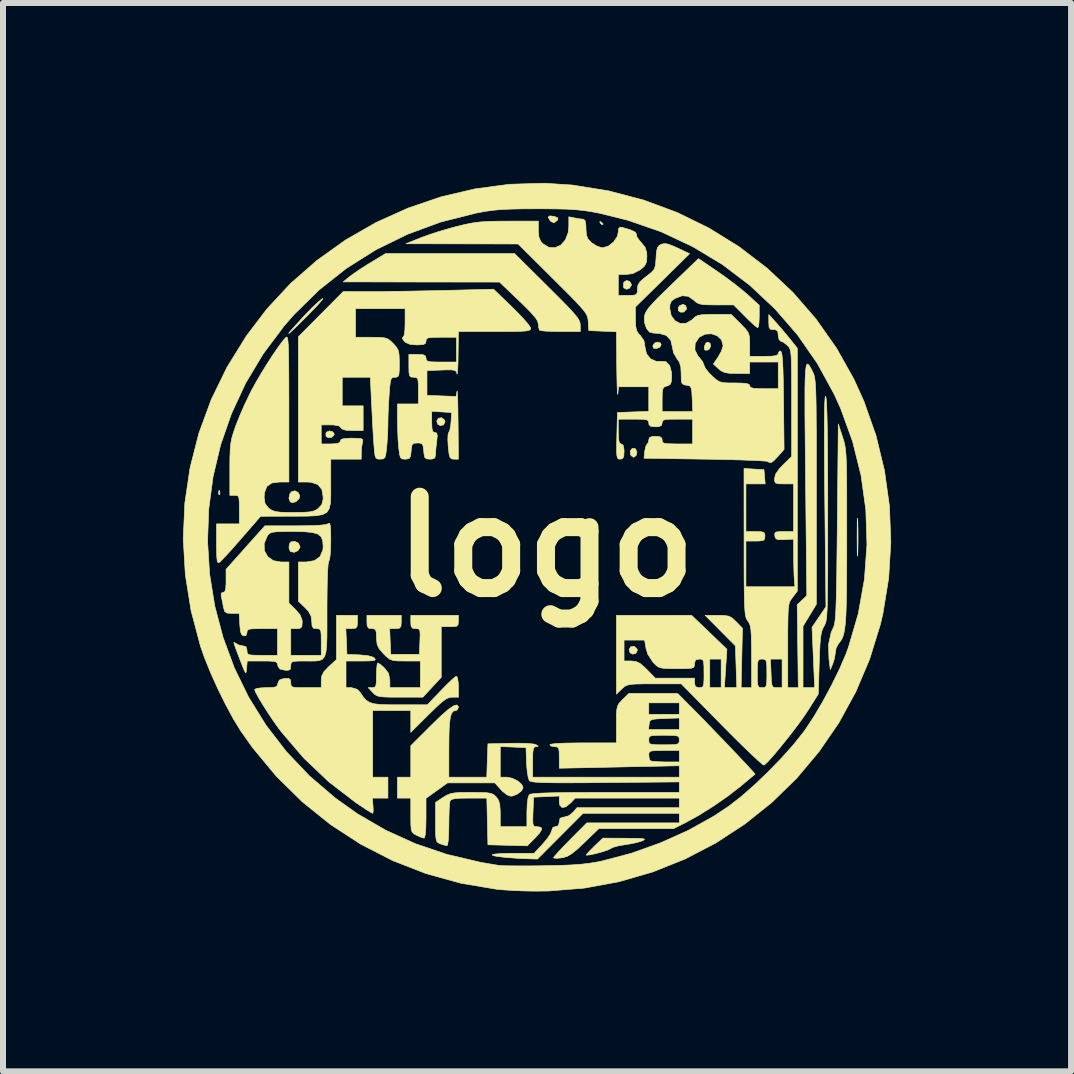
<source format=kicad_pcb>
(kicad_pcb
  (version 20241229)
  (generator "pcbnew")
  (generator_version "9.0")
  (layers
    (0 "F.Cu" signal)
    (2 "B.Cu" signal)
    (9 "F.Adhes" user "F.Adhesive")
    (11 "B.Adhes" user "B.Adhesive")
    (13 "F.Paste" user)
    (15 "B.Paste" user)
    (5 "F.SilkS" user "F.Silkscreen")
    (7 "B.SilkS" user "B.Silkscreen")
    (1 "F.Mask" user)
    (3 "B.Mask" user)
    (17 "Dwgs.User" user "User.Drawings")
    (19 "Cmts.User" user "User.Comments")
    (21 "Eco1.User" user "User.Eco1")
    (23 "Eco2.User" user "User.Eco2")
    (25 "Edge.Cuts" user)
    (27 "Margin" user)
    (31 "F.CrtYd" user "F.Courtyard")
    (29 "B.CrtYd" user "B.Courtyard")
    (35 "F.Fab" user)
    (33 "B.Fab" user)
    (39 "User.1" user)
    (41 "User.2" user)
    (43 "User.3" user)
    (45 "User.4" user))
  (footprint "logo"
    (layer "F.Cu")
    (at 6.053 6.066)
    (property "Reference" "logo" (at 0 0 0) (layer "F.SilkS") (effects (font (size 1.524 1.524) (thickness 0.3))))
    (attr through_hole)
    (fp_poly (pts (xy -5.439 -0.927) (xy -5.436 -0.877) (xy -5.442 -0.866) (xy -5.456 -0.875) (xy -5.458 -0.908) (xy -5.451 -0.941) (xy -5.439 -0.927)) (stroke (width 0.01) (type solid)) (fill yes) (layer "F.SilkS"))
    (fp_poly (pts (xy 0.916 -5.416) (xy 0.95 -5.387) (xy 0.953 -5.38) (xy 0.937 -5.367) (xy 0.906 -5.396) (xy 0.902 -5.402) (xy 0.898 -5.424) (xy 0.916 -5.416)) (stroke (width 0.01) (type solid)) (fill yes) (layer "F.SilkS"))
    (fp_poly (pts (xy -3.556 -1.917) (xy -3.53 -1.881) (xy -3.532 -1.865) (xy -3.571 -1.824) (xy -3.629 -1.817) (xy -3.668 -1.843) (xy -3.669 -1.894) (xy -3.657 -1.912) (xy -3.608 -1.931) (xy -3.556 -1.917)) (stroke (width 0.01) (type solid)) (fill yes) (layer "F.SilkS"))
    (fp_poly (pts (xy -1.734 -2.149) (xy -1.689 -2.109) (xy -1.683 -2.084) (xy -1.707 -2.034) (xy -1.759 -2.019) (xy -1.806 -2.043) (xy -1.821 -2.097) (xy -1.793 -2.142) (xy -1.74 -2.151) (xy -1.734 -2.149)) (stroke (width 0.01) (type solid)) (fill yes) (layer "F.SilkS"))
    (fp_poly (pts (xy 0.14 -5.507) (xy 0.196 -5.485) (xy 0.198 -5.455) (xy 0.187 -5.441) (xy 0.136 -5.401) (xy 0.088 -5.419) (xy 0.063 -5.446) (xy 0.036 -5.497) (xy 0.065 -5.517) (xy 0.14 -5.507)) (stroke (width 0.01) (type solid)) (fill yes) (layer "F.SilkS"))
    (fp_poly (pts (xy 1.473 1.661) (xy 1.517 1.701) (xy 1.524 1.726) (xy 1.5 1.776) (xy 1.447 1.791) (xy 1.401 1.767) (xy 1.386 1.713) (xy 1.413 1.668) (xy 1.467 1.659) (xy 1.473 1.661)) (stroke (width 0.01) (type solid)) (fill yes) (layer "F.SilkS"))
    (fp_poly (pts (xy 1.909 -3.397) (xy 1.921 -3.365) (xy 1.894 -3.325) (xy 1.847 -3.307) (xy 1.792 -3.31) (xy 1.782 -3.348) (xy 1.784 -3.355) (xy 1.814 -3.398) (xy 1.865 -3.413) (xy 1.909 -3.397)) (stroke (width 0.01) (type solid)) (fill yes) (layer "F.SilkS"))
    (fp_poly (pts (xy 2.328 -4.023) (xy 2.344 -3.974) (xy 2.339 -3.956) (xy 2.296 -3.912) (xy 2.238 -3.912) (xy 2.205 -3.94) (xy 2.206 -3.988) (xy 2.227 -4.018) (xy 2.281 -4.042) (xy 2.328 -4.023)) (stroke (width 0.01) (type solid)) (fill yes) (layer "F.SilkS"))
    (fp_poly (pts (xy 2.738 -3.391) (xy 2.745 -3.342) (xy 2.722 -3.294) (xy 2.688 -3.276) (xy 2.646 -3.281) (xy 2.639 -3.33) (xy 2.641 -3.339) (xy 2.666 -3.396) (xy 2.699 -3.413) (xy 2.738 -3.391)) (stroke (width 0.01) (type solid)) (fill yes) (layer "F.SilkS"))
    (fp_poly (pts (xy -4.133 -0.906) (xy -4.105 -0.853) (xy -4.115 -0.804) (xy -4.17 -0.75) (xy -4.232 -0.735) (xy -4.264 -0.75) (xy -4.286 -0.81) (xy -4.27 -0.882) (xy -4.244 -0.916) (xy -4.186 -0.933) (xy -4.133 -0.906)) (stroke (width 0.01) (type solid)) (fill yes) (layer "F.SilkS"))
    (fp_poly (pts (xy 1.395 -4.424) (xy 1.423 -4.379) (xy 1.423 -4.358) (xy 1.391 -4.309) (xy 1.341 -4.293) (xy 1.298 -4.317) (xy 1.293 -4.327) (xy 1.293 -4.392) (xy 1.301 -4.413) (xy 1.345 -4.439) (xy 1.395 -4.424)) (stroke (width 0.01) (type solid)) (fill yes) (layer "F.SilkS"))
    (fp_poly (pts (xy 1.483 -1.638) (xy 1.496 -1.628) (xy 1.517 -1.576) (xy 1.503 -1.52) (xy 1.463 -1.492) (xy 1.46 -1.492) (xy 1.421 -1.518) (xy 1.408 -1.542) (xy 1.406 -1.601) (xy 1.438 -1.639) (xy 1.483 -1.638)) (stroke (width 0.01) (type solid)) (fill yes) (layer "F.SilkS"))
    (fp_poly (pts (xy -4.129 -0.06) (xy -4.101 -0.004) (xy -4.102 0.011) (xy -4.135 0.065) (xy -4.196 0.093) (xy -4.255 0.082) (xy -4.264 0.075) (xy -4.285 0.021) (xy -4.278 -0.045) (xy -4.254 -0.08) (xy -4.189 -0.091) (xy -4.129 -0.06)) (stroke (width 0.01) (type solid)) (fill yes) (layer "F.SilkS"))
    (fp_poly (pts (xy 5.199 -0.421) (xy 5.203 -0.249) (xy 5.203 -0.058) (xy 5.199 0.103) (xy 5.195 0.159) (xy 5.193 0.156) (xy 5.19 0.098) (xy 5.189 -0.01) (xy 5.188 -0.159) (xy 5.189 -0.311) (xy 5.19 -0.418) (xy 5.193 -0.474) (xy 5.196 -0.476) (xy 5.199 -0.421)) (stroke (width 0.01) (type solid)) (fill yes) (layer "F.SilkS"))
    (fp_poly (pts (xy -3.744 -4.101) (xy -3.805 -4.032) (xy -3.897 -3.935) (xy -3.952 -3.878) (xy -4.08 -3.75) (xy -4.181 -3.651) (xy -4.251 -3.585) (xy -4.287 -3.555) (xy -4.287 -3.563) (xy -4.247 -3.612) (xy -4.205 -3.659) (xy -4.037 -3.843) (xy -3.904 -3.981) (xy -3.801 -4.078) (xy -3.731 -4.135) (xy -3.717 -4.137) (xy -3.744 -4.101)) (stroke (width 0.01) (type solid)) (fill yes) (layer "F.SilkS"))
    (fp_poly (pts (xy 1.324 4.86) (xy 1.48 4.862) (xy 1.581 4.865) (xy 1.633 4.871) (xy 1.643 4.882) (xy 1.62 4.897) (xy 1.603 4.904) (xy 1.518 4.931) (xy 1.401 4.955) (xy 1.318 4.968) (xy 1.207 4.987) (xy 1.118 5.012) (xy 1.079 5.032) (xy 1.028 5.057) (xy 0.938 5.087) (xy 0.832 5.116) (xy 0.734 5.137) (xy 0.673 5.143) (xy 0.682 5.123) (xy 0.729 5.071) (xy 0.8 5) (xy 0.949 4.858) (xy 1.324 4.86)) (stroke (width 0.01) (type solid)) (fill yes) (layer "F.SilkS"))
    (fp_poly (pts (xy -0.524 -4.889) (xy 0.024 -4.345) (xy 0.197 -4.173) (xy 0.329 -4.039) (xy 0.427 -3.936) (xy 0.494 -3.859) (xy 0.537 -3.801) (xy 0.561 -3.756) (xy 0.57 -3.718) (xy 0.572 -3.695) (xy 0.572 -3.588) (xy 0.243 -3.588) (xy 0.105 -3.59) (xy -0.009 -3.595) (xy -0.084 -3.603) (xy -0.106 -3.609) (xy -0.122 -3.654) (xy -0.127 -3.712) (xy -0.138 -3.758) (xy -0.176 -3.819) (xy -0.248 -3.902) (xy -0.358 -4.014) (xy -0.451 -4.104) (xy -0.775 -4.413) (xy -2.078 -4.414) (xy -3.381 -4.416) (xy -3.286 -4.495) (xy -3.216 -4.547) (xy -3.11 -4.62) (xy -2.986 -4.699) (xy -2.932 -4.732) (xy -2.674 -4.889) (xy -0.524 -4.889)) (stroke (width 0.01) (type solid)) (fill yes) (layer "F.SilkS"))
    (fp_poly (pts (xy 4.945 -1.83) (xy 4.962 -1.778) (xy 4.976 -1.727) (xy 4.987 -1.672) (xy 4.996 -1.606) (xy 5.003 -1.524) (xy 5.008 -1.419) (xy 5.011 -1.284) (xy 5.014 -1.114) (xy 5.015 -0.903) (xy 5.015 -0.643) (xy 5.015 -0.33) (xy 5.015 -0.147) (xy 5.015 0.215) (xy 5.013 0.52) (xy 5.011 0.773) (xy 5.007 0.979) (xy 5.001 1.145) (xy 4.992 1.275) (xy 4.98 1.375) (xy 4.965 1.452) (xy 4.947 1.51) (xy 4.924 1.555) (xy 4.896 1.594) (xy 4.877 1.616) (xy 4.838 1.689) (xy 4.825 1.765) (xy 4.81 1.863) (xy 4.782 1.953) (xy 4.741 2.048) (xy 4.718 1.868) (xy 4.711 1.63) (xy 4.756 1.426) (xy 4.791 1.349) (xy 4.802 1.322) (xy 4.812 1.281) (xy 4.821 1.223) (xy 4.828 1.142) (xy 4.834 1.032) (xy 4.839 0.889) (xy 4.844 0.708) (xy 4.848 0.482) (xy 4.851 0.207) (xy 4.855 -0.123) (xy 4.858 -0.397) (xy 4.874 -2.048) (xy 4.945 -1.83)) (stroke (width 0.01) (type solid)) (fill yes) (layer "F.SilkS"))
    (fp_poly (pts (xy -2.413 1.254) (xy -2.418 1.329) (xy -2.445 1.359) (xy -2.51 1.365) (xy -2.606 1.365) (xy -2.597 1.58) (xy -2.588 1.794) (xy -2.111 1.794) (xy -2.102 1.58) (xy -2.098 1.466) (xy -2.102 1.402) (xy -2.119 1.373) (xy -2.152 1.366) (xy -2.173 1.365) (xy -2.228 1.357) (xy -2.25 1.321) (xy -2.254 1.254) (xy -2.254 1.143) (xy -1.46 1.143) (xy -1.46 1.238) (xy -1.465 1.297) (xy -1.489 1.325) (xy -1.549 1.333) (xy -1.603 1.333) (xy -1.746 1.333) (xy -1.746 2.178) (xy -1.899 2.343) (xy -2.052 2.508) (xy -2.433 2.508) (xy -2.595 2.508) (xy -2.706 2.504) (xy -2.78 2.496) (xy -2.828 2.48) (xy -2.864 2.455) (xy -2.889 2.429) (xy -2.964 2.349) (xy -2.895 2.349) (xy -2.858 2.344) (xy -2.837 2.319) (xy -2.828 2.26) (xy -2.826 2.153) (xy -2.826 2.143) (xy -2.823 2.038) (xy -2.815 1.964) (xy -2.804 1.937) (xy -2.769 1.957) (xy -2.709 2.006) (xy -2.693 2.022) (xy -2.625 2.11) (xy -2.604 2.215) (xy -2.603 2.228) (xy -2.603 2.349) (xy -2.095 2.349) (xy -2.095 1.905) (xy -2.343 1.905) (xy -2.469 1.904) (xy -2.55 1.896) (xy -2.607 1.874) (xy -2.659 1.833) (xy -2.708 1.785) (xy -2.78 1.702) (xy -2.815 1.631) (xy -2.825 1.54) (xy -2.826 1.515) (xy -2.829 1.424) (xy -2.844 1.38) (xy -2.879 1.366) (xy -2.905 1.365) (xy -2.959 1.357) (xy -2.981 1.32) (xy -2.985 1.254) (xy -2.985 1.143) (xy -2.413 1.143) (xy -2.413 1.254)) (stroke (width 0.01) (type solid)) (fill yes) (layer "F.SilkS"))
    (fp_poly (pts (xy -3.143 1.254) (xy -3.149 1.329) (xy -3.176 1.359) (xy -3.24 1.365) (xy -3.337 1.365) (xy -3.327 1.58) (xy -3.318 1.794) (xy -3.106 1.803) (xy -2.965 1.817) (xy -2.877 1.843) (xy -2.856 1.859) (xy -2.845 1.882) (xy -2.865 1.896) (xy -2.926 1.903) (xy -3.038 1.905) (xy -3.076 1.905) (xy -3.334 1.905) (xy -3.334 2.349) (xy -3.242 2.349) (xy -3.148 2.377) (xy -3.099 2.427) (xy -3.046 2.505) (xy -2.997 2.56) (xy -2.939 2.597) (xy -2.861 2.619) (xy -2.752 2.631) (xy -2.601 2.635) (xy -2.443 2.635) (xy -1.977 2.635) (xy -1.75 2.397) (xy -1.653 2.298) (xy -1.571 2.219) (xy -1.513 2.17) (xy -1.492 2.159) (xy -1.475 2.188) (xy -1.463 2.262) (xy -1.46 2.334) (xy -1.46 2.508) (xy -1.563 2.508) (xy -1.613 2.515) (xy -1.666 2.538) (xy -1.732 2.586) (xy -1.821 2.666) (xy -1.942 2.784) (xy -1.96 2.801) (xy -2.254 3.094) (xy -2.254 2.731) (xy -2.889 2.731) (xy -2.889 3.842) (xy -2.635 3.842) (xy -2.635 4.191) (xy -2.896 4.191) (xy -2.884 4.318) (xy -2.88 4.397) (xy -2.886 4.442) (xy -2.89 4.445) (xy -2.923 4.428) (xy -2.995 4.383) (xy -3.095 4.317) (xy -3.169 4.267) (xy -3.621 3.92) (xy -4.039 3.523) (xy -4.413 3.085) (xy -4.471 3.008) (xy -4.552 2.894) (xy -4.636 2.768) (xy -4.717 2.641) (xy -4.786 2.527) (xy -4.835 2.437) (xy -4.857 2.385) (xy -4.858 2.381) (xy -4.829 2.364) (xy -4.754 2.353) (xy -4.669 2.349) (xy -4.564 2.347) (xy -4.506 2.337) (xy -4.479 2.312) (xy -4.471 2.278) (xy -4.447 2.224) (xy -4.383 2.2) (xy -4.358 2.197) (xy -4.287 2.196) (xy -4.259 2.221) (xy -4.255 2.268) (xy -4.252 2.308) (xy -4.236 2.333) (xy -4.193 2.345) (xy -4.111 2.349) (xy -4 2.349) (xy -3.747 2.349) (xy -3.747 2.231) (xy -3.737 2.15) (xy -3.701 2.081) (xy -3.625 2.002) (xy -3.62 1.997) (xy -3.493 1.881) (xy -3.493 1.512) (xy -3.493 1.143) (xy -3.143 1.143) (xy -3.143 1.254)) (stroke (width 0.01) (type solid)) (fill yes) (layer "F.SilkS"))
    (fp_poly (pts (xy -3.597 -0.357) (xy -3.59 -0.275) (xy -3.588 -0.139) (xy -3.588 -0.103) (xy -3.591 0.037) (xy -3.599 0.149) (xy -3.611 0.22) (xy -3.619 0.238) (xy -3.63 0.276) (xy -3.638 0.373) (xy -3.645 0.525) (xy -3.649 0.728) (xy -3.651 0.976) (xy -3.651 1.049) (xy -3.651 1.304) (xy -3.652 1.503) (xy -3.657 1.653) (xy -3.669 1.76) (xy -3.692 1.832) (xy -3.727 1.876) (xy -3.779 1.898) (xy -3.85 1.905) (xy -3.942 1.906) (xy -4.014 1.905) (xy -4.136 1.906) (xy -4.208 1.912) (xy -4.242 1.927) (xy -4.254 1.956) (xy -4.255 1.986) (xy -4.262 2.042) (xy -4.297 2.06) (xy -4.358 2.058) (xy -4.435 2.039) (xy -4.468 1.994) (xy -4.471 1.976) (xy -4.48 1.941) (xy -4.505 1.919) (xy -4.559 1.909) (xy -4.655 1.905) (xy -4.731 1.905) (xy -4.981 1.905) (xy -4.991 2.024) (xy -4.997 2.082) (xy -5.005 2.103) (xy -5.022 2.08) (xy -5.053 2.007) (xy -5.087 1.921) (xy -5.144 1.771) (xy -5.181 1.672) (xy -5.2 1.616) (xy -5.202 1.593) (xy -5.191 1.596) (xy -5.174 1.611) (xy -5.108 1.644) (xy -5.058 1.651) (xy -5.002 1.666) (xy -4.985 1.722) (xy -4.985 1.73) (xy -4.982 1.77) (xy -4.965 1.793) (xy -4.922 1.805) (xy -4.838 1.809) (xy -4.731 1.81) (xy -4.477 1.81) (xy -4.477 1.365) (xy -4.731 1.365) (xy -4.857 1.366) (xy -4.933 1.372) (xy -4.971 1.386) (xy -4.984 1.412) (xy -4.985 1.431) (xy -5.002 1.482) (xy -5.04 1.486) (xy -5.074 1.466) (xy -5.094 1.412) (xy -5.104 1.31) (xy -5.105 1.294) (xy -5.115 1.111) (xy -5.237 1.111) (xy -5.317 1.106) (xy -5.356 1.08) (xy -5.376 1.013) (xy -5.38 0.992) (xy -5.398 0.898) (xy -5.415 0.824) (xy -5.417 0.818) (xy -5.412 0.771) (xy -5.384 0.762) (xy -5.355 0.749) (xy -5.34 0.702) (xy -5.334 0.609) (xy -5.334 0.569) (xy -5.334 0.376) (xy -5.01 0.013) (xy -4.952 -0.052) (xy -4.699 -0.052) (xy -4.694 0.066) (xy -4.64 0.165) (xy -4.544 0.232) (xy -4.424 0.254) (xy -4.286 0.254) (xy -4.286 0.94) (xy -4.175 1.048) (xy -4.098 1.138) (xy -4.066 1.224) (xy -4.064 1.26) (xy -4.07 1.332) (xy -4.101 1.361) (xy -4.159 1.365) (xy -4.255 1.365) (xy -4.255 1.81) (xy -3.747 1.81) (xy -3.747 1.587) (xy -3.748 1.471) (xy -3.754 1.405) (xy -3.772 1.374) (xy -3.805 1.366) (xy -3.826 1.365) (xy -3.878 1.358) (xy -3.9 1.323) (xy -3.905 1.244) (xy -3.917 1.154) (xy -3.96 1.076) (xy -4.016 1.016) (xy -4.128 0.908) (xy -4.128 0.254) (xy -3.995 0.254) (xy -3.858 0.231) (xy -3.766 0.163) (xy -3.719 0.053) (xy -3.715 -0.006) (xy -3.722 -0.1) (xy -3.749 -0.167) (xy -3.804 -0.212) (xy -3.897 -0.238) (xy -4.036 -0.251) (xy -4.219 -0.254) (xy -4.379 -0.253) (xy -4.488 -0.25) (xy -4.558 -0.242) (xy -4.601 -0.227) (xy -4.629 -0.203) (xy -4.648 -0.176) (xy -4.699 -0.052) (xy -4.952 -0.052) (xy -4.686 -0.349) (xy -4.175 -0.349) (xy -3.953 -0.351) (xy -3.791 -0.357) (xy -3.685 -0.368) (xy -3.631 -0.383) (xy -3.626 -0.387) (xy -3.608 -0.392) (xy -3.597 -0.357)) (stroke (width 0.01) (type solid)) (fill yes) (layer "F.SilkS"))
    (fp_poly (pts (xy 0.438 -6.031) (xy 1.044 -5.934) (xy 1.629 -5.78) (xy 2.19 -5.572) (xy 2.722 -5.311) (xy 3.223 -5) (xy 3.689 -4.643) (xy 4.117 -4.241) (xy 4.503 -3.796) (xy 4.843 -3.313) (xy 5.135 -2.793) (xy 5.302 -2.424) (xy 5.502 -1.856) (xy 5.644 -1.27) (xy 5.727 -0.674) (xy 5.75 -0.073) (xy 5.714 0.525) (xy 5.618 1.114) (xy 5.575 1.298) (xy 5.397 1.874) (xy 5.165 2.421) (xy 4.883 2.936) (xy 4.553 3.416) (xy 4.18 3.86) (xy 3.767 4.263) (xy 3.316 4.623) (xy 2.833 4.939) (xy 2.32 5.206) (xy 1.781 5.422) (xy 1.218 5.585) (xy 0.637 5.692) (xy 0.04 5.74) (xy -0.191 5.742) (xy -0.37 5.739) (xy -0.552 5.731) (xy -0.713 5.721) (xy -0.815 5.712) (xy -1.417 5.611) (xy -1.999 5.45) (xy -2.558 5.232) (xy -3.09 4.959) (xy -3.592 4.632) (xy -4.062 4.254) (xy -4.496 3.827) (xy -4.89 3.352) (xy -5.09 3.07) (xy -5.211 2.872) (xy -5.341 2.632) (xy -5.471 2.369) (xy -5.592 2.1) (xy -5.695 1.845) (xy -5.758 1.666) (xy -5.917 1.067) (xy -6.013 0.465) (xy -6.045 -0.084) (xy -5.642 -0.084) (xy -5.608 0.456) (xy -5.522 0.989) (xy -5.384 1.511) (xy -5.196 2.02) (xy -4.957 2.509) (xy -4.668 2.975) (xy -4.33 3.414) (xy -3.944 3.821) (xy -3.509 4.193) (xy -3.143 4.453) (xy -2.671 4.727) (xy -2.175 4.952) (xy -1.649 5.13) (xy -1.084 5.263) (xy -0.778 5.314) (xy -0.718 5.318) (xy -0.605 5.32) (xy -0.452 5.321) (xy -0.269 5.321) (xy -0.068 5.319) (xy -0.032 5.318) (xy 0.221 5.313) (xy 0.424 5.305) (xy 0.59 5.293) (xy 0.733 5.276) (xy 0.866 5.254) (xy 0.933 5.24) (xy 1.422 5.111) (xy 1.907 4.938) (xy 2.374 4.728) (xy 2.805 4.488) (xy 3.048 4.326) (xy 3.249 4.17) (xy 3.471 3.976) (xy 3.7 3.757) (xy 3.922 3.529) (xy 4.123 3.304) (xy 4.289 3.097) (xy 4.325 3.048) (xy 4.469 2.829) (xy 4.619 2.574) (xy 4.764 2.304) (xy 4.895 2.037) (xy 5.001 1.791) (xy 5.042 1.68) (xy 5.207 1.116) (xy 5.31 0.542) (xy 5.352 -0.037) (xy 5.333 -0.617) (xy 5.253 -1.191) (xy 5.112 -1.757) (xy 4.912 -2.308) (xy 4.807 -2.54) (xy 4.526 -3.054) (xy 4.195 -3.531) (xy 3.818 -3.966) (xy 3.399 -4.359) (xy 2.941 -4.706) (xy 2.446 -5.004) (xy 1.92 -5.251) (xy 1.364 -5.444) (xy 0.887 -5.562) (xy 0.749 -5.588) (xy 0.621 -5.607) (xy 0.49 -5.62) (xy 0.341 -5.629) (xy 0.161 -5.633) (xy -0.065 -5.635) (xy -0.143 -5.635) (xy -0.385 -5.634) (xy -0.578 -5.63) (xy -0.735 -5.623) (xy -0.87 -5.611) (xy -0.997 -5.594) (xy -1.13 -5.57) (xy -1.169 -5.562) (xy -1.755 -5.414) (xy -2.311 -5.209) (xy -2.837 -4.951) (xy -3.329 -4.641) (xy -3.785 -4.28) (xy -4.202 -3.87) (xy -4.365 -3.683) (xy -4.714 -3.217) (xy -5.007 -2.728) (xy -5.243 -2.22) (xy -5.425 -1.698) (xy -5.551 -1.165) (xy -5.623 -0.625) (xy -5.642 -0.084) (xy -6.045 -0.084) (xy -6.048 -0.135) (xy -6.021 -0.73) (xy -5.934 -1.318) (xy -5.787 -1.893) (xy -5.581 -2.454) (xy -5.317 -2.995) (xy -4.995 -3.515) (xy -4.656 -3.961) (xy -4.259 -4.389) (xy -3.819 -4.774) (xy -3.343 -5.114) (xy -2.836 -5.405) (xy -2.303 -5.645) (xy -1.75 -5.834) (xy -1.183 -5.967) (xy -0.606 -6.044) (xy -0.025 -6.061) (xy 0.438 -6.031)) (stroke (width 0.01) (type solid)) (fill yes) (layer "F.SilkS"))
    (fp_poly (pts (xy -0.564 -3.995) (xy -0.45 -3.881) (xy -0.355 -3.779) (xy -0.287 -3.698) (xy -0.255 -3.648) (xy -0.254 -3.642) (xy -0.259 -3.623) (xy -0.28 -3.609) (xy -0.324 -3.599) (xy -0.4 -3.593) (xy -0.517 -3.59) (xy -0.683 -3.588) (xy -0.857 -3.588) (xy -1.46 -3.588) (xy -1.465 -3.199) (xy -1.467 -3.058) (xy -1.472 -2.952) (xy -1.477 -2.889) (xy -1.482 -2.879) (xy -1.483 -2.883) (xy -1.494 -2.919) (xy -1.519 -2.94) (xy -1.571 -2.949) (xy -1.665 -2.949) (xy -1.741 -2.946) (xy -1.984 -2.937) (xy -1.984 -2.524) (xy -1.741 -2.515) (xy -1.497 -2.506) (xy -1.483 -2.594) (xy -1.479 -2.592) (xy -1.475 -2.534) (xy -1.471 -2.429) (xy -1.468 -2.283) (xy -1.466 -2.106) (xy -1.465 -2.072) (xy -1.46 -1.46) (xy -1.535 -1.46) (xy -1.576 -1.466) (xy -1.6 -1.49) (xy -1.616 -1.549) (xy -1.628 -1.655) (xy -1.63 -1.673) (xy -1.636 -1.783) (xy -1.633 -1.866) (xy -1.622 -1.904) (xy -1.603 -1.943) (xy -1.589 -2.024) (xy -1.583 -2.08) (xy -1.573 -2.238) (xy -1.739 -2.248) (xy -1.905 -2.258) (xy -1.905 -2.081) (xy -1.901 -1.977) (xy -1.888 -1.923) (xy -1.86 -1.905) (xy -1.853 -1.905) (xy -1.822 -1.895) (xy -1.812 -1.855) (xy -1.82 -1.77) (xy -1.821 -1.758) (xy -1.834 -1.651) (xy -1.841 -1.559) (xy -1.841 -1.535) (xy -1.853 -1.481) (xy -1.9 -1.462) (xy -1.935 -1.46) (xy -1.994 -1.466) (xy -2.023 -1.494) (xy -2.035 -1.562) (xy -2.038 -1.595) (xy -2.048 -1.68) (xy -2.07 -1.719) (xy -2.118 -1.73) (xy -2.143 -1.73) (xy -2.203 -1.725) (xy -2.233 -1.698) (xy -2.245 -1.631) (xy -2.248 -1.595) (xy -2.258 -1.51) (xy -2.28 -1.471) (xy -2.328 -1.461) (xy -2.347 -1.46) (xy -2.396 -1.464) (xy -2.425 -1.485) (xy -2.441 -1.538) (xy -2.454 -1.638) (xy -2.456 -1.656) (xy -2.466 -1.787) (xy -2.473 -1.948) (xy -2.476 -2.106) (xy -2.477 -2.116) (xy -2.477 -2.381) (xy -2.127 -2.381) (xy -2.127 -2.603) (xy -2.128 -2.72) (xy -2.135 -2.786) (xy -2.153 -2.817) (xy -2.185 -2.825) (xy -2.207 -2.826) (xy -2.251 -2.83) (xy -2.274 -2.852) (xy -2.284 -2.907) (xy -2.286 -3.01) (xy -2.286 -3.016) (xy -2.286 -3.207) (xy -2.143 -3.207) (xy -2.054 -3.203) (xy -2.012 -3.185) (xy -2 -3.148) (xy -2 -3.143) (xy -1.995 -3.112) (xy -1.971 -3.093) (xy -1.914 -3.083) (xy -1.813 -3.08) (xy -1.746 -3.08) (xy -1.492 -3.08) (xy -1.492 -3.493) (xy -1.746 -3.493) (xy -1.873 -3.491) (xy -1.949 -3.485) (xy -1.987 -3.471) (xy -1.999 -3.446) (xy -2 -3.429) (xy -2.009 -3.39) (xy -2.045 -3.372) (xy -2.125 -3.366) (xy -2.154 -3.365) (xy -2.269 -3.375) (xy -2.343 -3.408) (xy -2.365 -3.429) (xy -2.396 -3.475) (xy -2.386 -3.493) (xy -2.364 -3.524) (xy -2.352 -3.618) (xy -2.349 -3.731) (xy -2.349 -3.969) (xy -3.175 -3.969) (xy -3.175 -3.493) (xy -2.911 -3.493) (xy -2.781 -3.491) (xy -2.696 -3.484) (xy -2.638 -3.466) (xy -2.591 -3.432) (xy -2.546 -3.388) (xy -2.493 -3.328) (xy -2.463 -3.273) (xy -2.449 -3.202) (xy -2.445 -3.093) (xy -2.445 -3.054) (xy -2.446 -2.936) (xy -2.453 -2.868) (xy -2.469 -2.836) (xy -2.5 -2.826) (xy -2.519 -2.826) (xy -2.555 -2.822) (xy -2.578 -2.804) (xy -2.593 -2.758) (xy -2.604 -2.673) (xy -2.614 -2.537) (xy -2.615 -2.535) (xy -2.624 -2.375) (xy -2.632 -2.212) (xy -2.635 -2.074) (xy -2.635 -2.048) (xy -2.639 -1.897) (xy -2.649 -1.734) (xy -2.656 -1.656) (xy -2.669 -1.549) (xy -2.684 -1.49) (xy -2.711 -1.466) (xy -2.757 -1.461) (xy -2.763 -1.46) (xy -2.808 -1.463) (xy -2.835 -1.48) (xy -2.851 -1.523) (xy -2.861 -1.607) (xy -2.869 -1.707) (xy -2.878 -1.835) (xy -2.888 -2.006) (xy -2.898 -2.196) (xy -2.907 -2.384) (xy -2.908 -2.389) (xy -2.928 -2.826) (xy -3.397 -2.826) (xy -3.397 -2.349) (xy -3.048 -2.349) (xy -3.048 -1.937) (xy -3.224 -1.937) (xy -3.338 -1.943) (xy -3.4 -1.963) (xy -3.418 -1.984) (xy -3.456 -2.017) (xy -3.546 -2.031) (xy -3.591 -2.032) (xy -3.747 -2.032) (xy -3.747 -1.714) (xy -3.588 -1.714) (xy -3.488 -1.72) (xy -3.439 -1.737) (xy -3.429 -1.762) (xy -3.415 -1.79) (xy -3.363 -1.804) (xy -3.263 -1.81) (xy -3.235 -1.81) (xy -3.129 -1.808) (xy -3.073 -1.8) (xy -3.054 -1.781) (xy -3.058 -1.743) (xy -3.06 -1.738) (xy -3.074 -1.654) (xy -3.079 -1.564) (xy -3.08 -1.46) (xy -3.588 -1.46) (xy -3.588 -1.045) (xy -3.588 -0.866) (xy -3.593 -0.732) (xy -3.613 -0.637) (xy -3.653 -0.574) (xy -3.724 -0.536) (xy -3.832 -0.517) (xy -3.986 -0.51) (xy -4.193 -0.509) (xy -4.244 -0.509) (xy -4.758 -0.508) (xy -5.082 -0.135) (xy -5.197 -0.004) (xy -5.299 0.11) (xy -5.382 0.198) (xy -5.435 0.252) (xy -5.449 0.264) (xy -5.469 0.265) (xy -5.482 0.234) (xy -5.489 0.164) (xy -5.492 0.043) (xy -5.493 -0.046) (xy -5.493 -0.381) (xy -5.112 -0.381) (xy -5.112 -0.619) (xy -5.113 -0.74) (xy -5.119 -0.811) (xy -5.134 -0.845) (xy -5.163 -0.856) (xy -5.191 -0.857) (xy -5.271 -0.857) (xy -5.271 -1.3) (xy -5.27 -1.481) (xy -5.265 -1.616) (xy -5.255 -1.721) (xy -5.238 -1.813) (xy -5.209 -1.909) (xy -5.172 -2.017) (xy -5.111 -2.171) (xy -5.033 -2.351) (xy -4.95 -2.526) (xy -4.917 -2.593) (xy -4.84 -2.734) (xy -4.749 -2.89) (xy -4.65 -3.05) (xy -4.551 -3.203) (xy -4.46 -3.335) (xy -4.385 -3.436) (xy -4.332 -3.494) (xy -4.332 -3.494) (xy -4.32 -3.497) (xy -4.311 -3.482) (xy -4.303 -3.442) (xy -4.297 -3.372) (xy -4.293 -3.268) (xy -4.29 -3.123) (xy -4.288 -2.933) (xy -4.287 -2.691) (xy -4.286 -2.393) (xy -4.286 -2.306) (xy -4.286 -1.079) (xy -4.443 -1.079) (xy -4.572 -1.062) (xy -4.654 -1.005) (xy -4.693 -0.904) (xy -4.699 -0.821) (xy -4.684 -0.721) (xy -4.629 -0.648) (xy -4.615 -0.637) (xy -4.568 -0.607) (xy -4.511 -0.587) (xy -4.429 -0.576) (xy -4.307 -0.572) (xy -4.207 -0.572) (xy -4.054 -0.573) (xy -3.949 -0.58) (xy -3.878 -0.594) (xy -3.827 -0.617) (xy -3.798 -0.637) (xy -3.738 -0.703) (xy -3.716 -0.79) (xy -3.715 -0.828) (xy -3.736 -0.954) (xy -3.802 -1.036) (xy -3.914 -1.075) (xy -3.985 -1.079) (xy -4.128 -1.079) (xy -4.128 -2.29) (xy -4.128 -3.501) (xy -3.38 -4.255) (xy -2.934 -4.255) (xy -2.77 -4.255) (xy -2.559 -4.258) (xy -2.317 -4.261) (xy -2.058 -4.266) (xy -1.8 -4.271) (xy -1.68 -4.274) (xy -0.873 -4.294) (xy -0.564 -3.995)) (stroke (width 0.01) (type solid)) (fill yes) (layer "F.SilkS"))
    (fp_poly (pts (xy 3.836 -3.738) (xy 3.93 -3.631) (xy 4.03 -3.511) (xy 4.074 -3.457) (xy 4.191 -3.311) (xy 4.191 0.74) (xy 4.112 0.844) (xy 4.086 0.879) (xy 4.066 0.914) (xy 4.052 0.958) (xy 4.043 1.02) (xy 4.037 1.108) (xy 4.034 1.231) (xy 4.032 1.399) (xy 4.032 1.621) (xy 4.032 2.349) (xy 4.12 2.35) (xy 4.207 2.35) (xy 4.198 1.658) (xy 4.189 0.966) (xy 4.349 0.815) (xy 4.328 -1.137) (xy 4.324 -1.549) (xy 4.321 -1.901) (xy 4.318 -2.197) (xy 4.318 -2.442) (xy 4.318 -2.639) (xy 4.321 -2.792) (xy 4.327 -2.905) (xy 4.334 -2.983) (xy 4.344 -3.029) (xy 4.358 -3.047) (xy 4.374 -3.04) (xy 4.395 -3.014) (xy 4.419 -2.972) (xy 4.445 -2.92) (xy 4.459 -2.892) (xy 4.47 -2.861) (xy 4.479 -2.821) (xy 4.487 -2.768) (xy 4.493 -2.696) (xy 4.498 -2.601) (xy 4.502 -2.477) (xy 4.505 -2.318) (xy 4.506 -2.121) (xy 4.508 -1.88) (xy 4.508 -1.59) (xy 4.508 -1.245) (xy 4.508 -0.918) (xy 4.508 0.96) (xy 4.397 1.143) (xy 4.286 1.326) (xy 4.286 2.349) (xy 4.48 2.349) (xy 4.458 1.847) (xy 4.436 1.344) (xy 4.668 1) (xy 4.649 -0.778) (xy 4.645 -1.193) (xy 4.643 -1.547) (xy 4.642 -1.842) (xy 4.642 -2.08) (xy 4.644 -2.264) (xy 4.648 -2.395) (xy 4.653 -2.476) (xy 4.66 -2.509) (xy 4.664 -2.508) (xy 4.672 -2.468) (xy 4.679 -2.37) (xy 4.685 -2.214) (xy 4.69 -1.999) (xy 4.694 -1.725) (xy 4.696 -1.389) (xy 4.698 -0.992) (xy 4.698 -0.619) (xy 4.698 -0.231) (xy 4.698 0.099) (xy 4.698 0.376) (xy 4.696 0.605) (xy 4.694 0.79) (xy 4.691 0.937) (xy 4.688 1.052) (xy 4.682 1.138) (xy 4.676 1.202) (xy 4.668 1.248) (xy 4.658 1.282) (xy 4.646 1.308) (xy 4.635 1.327) (xy 4.61 1.375) (xy 4.592 1.434) (xy 4.579 1.515) (xy 4.569 1.628) (xy 4.561 1.786) (xy 4.556 1.944) (xy 4.54 2.457) (xy 4.373 2.722) (xy 4.301 2.83) (xy 4.208 2.959) (xy 4.102 3.099) (xy 3.99 3.241) (xy 3.881 3.375) (xy 3.783 3.492) (xy 3.702 3.581) (xy 3.647 3.633) (xy 3.633 3.641) (xy 3.603 3.622) (xy 3.535 3.563) (xy 3.434 3.469) (xy 3.306 3.346) (xy 3.157 3.2) (xy 2.992 3.034) (xy 2.928 2.969) (xy 2.256 2.286) (xy 1.804 2.286) (xy 1.626 2.286) (xy 1.5 2.289) (xy 1.415 2.295) (xy 1.357 2.307) (xy 1.317 2.326) (xy 1.281 2.355) (xy 1.264 2.371) (xy 1.175 2.457) (xy 1.175 1.556) (xy 1.302 1.556) (xy 1.302 1.905) (xy 1.422 1.905) (xy 1.499 1.913) (xy 1.567 1.944) (xy 1.645 2.01) (xy 1.683 2.048) (xy 1.823 2.191) (xy 2.477 2.191) (xy 2.477 2.27) (xy 2.49 2.331) (xy 2.541 2.349) (xy 2.556 2.349) (xy 2.596 2.347) (xy 2.62 2.329) (xy 2.631 2.283) (xy 2.635 2.195) (xy 2.635 2.111) (xy 2.634 1.99) (xy 2.628 1.919) (xy 2.613 1.885) (xy 2.584 1.874) (xy 2.556 1.873) (xy 2.731 1.873) (xy 2.731 2.349) (xy 2.921 2.349) (xy 2.921 1.873) (xy 2.731 1.873) (xy 2.556 1.873) (xy 2.495 1.886) (xy 2.477 1.938) (xy 2.477 1.953) (xy 2.474 1.99) (xy 2.46 2.013) (xy 2.421 2.026) (xy 2.346 2.031) (xy 2.222 2.032) (xy 2.181 2.032) (xy 2.042 2.031) (xy 1.95 2.026) (xy 1.89 2.012) (xy 1.845 1.985) (xy 1.799 1.941) (xy 1.787 1.929) (xy 1.697 1.791) (xy 1.667 1.691) (xy 1.645 1.556) (xy 1.302 1.556) (xy 1.175 1.556) (xy 1.175 1.143) (xy 1.802 1.143) (xy 2.429 1.144) (xy 2.723 1.426) (xy 3.017 1.708) (xy 2.975 2.349) (xy 3.182 2.349) (xy 3.17 2.001) (xy 3.158 1.652) (xy 2.905 1.397) (xy 2.653 1.143) (xy 2.86 1.143) (xy 2.975 1.146) (xy 3.05 1.158) (xy 3.107 1.19) (xy 3.168 1.247) (xy 3.172 1.251) (xy 3.276 1.358) (xy 3.265 1.854) (xy 3.254 2.35) (xy 3.342 2.35) (xy 3.429 2.349) (xy 3.429 2.111) (xy 3.524 2.111) (xy 3.525 2.232) (xy 3.531 2.303) (xy 3.547 2.338) (xy 3.576 2.349) (xy 3.604 2.349) (xy 3.644 2.347) (xy 3.668 2.329) (xy 3.679 2.283) (xy 3.683 2.195) (xy 3.683 2.111) (xy 3.682 1.99) (xy 3.676 1.919) (xy 3.661 1.885) (xy 3.632 1.874) (xy 3.604 1.873) (xy 3.743 1.873) (xy 3.753 2.111) (xy 3.758 2.232) (xy 3.767 2.303) (xy 3.785 2.337) (xy 3.816 2.348) (xy 3.85 2.349) (xy 3.937 2.349) (xy 3.937 1.873) (xy 3.743 1.873) (xy 3.604 1.873) (xy 3.563 1.876) (xy 3.54 1.894) (xy 3.528 1.94) (xy 3.525 2.028) (xy 3.524 2.111) (xy 3.429 2.111) (xy 3.428 1.834) (xy 3.427 1.638) (xy 3.424 1.496) (xy 3.418 1.396) (xy 3.408 1.327) (xy 3.392 1.28) (xy 3.37 1.244) (xy 3.365 1.238) (xy 3.35 1.215) (xy 3.337 1.187) (xy 3.327 1.147) (xy 3.319 1.089) (xy 3.313 1.007) (xy 3.309 0.894) (xy 3.306 0.744) (xy 3.304 0.551) (xy 3.303 0.309) (xy 3.303 0.011) (xy 3.303 -0.073) (xy 3.302 -1.305) (xy 3.469 -1.295) (xy 3.635 -1.286) (xy 3.655 -1.048) (xy 3.494 -1.048) (xy 3.334 -1.048) (xy 3.334 -0.254) (xy 3.493 -0.254) (xy 3.587 -0.251) (xy 3.634 -0.238) (xy 3.65 -0.206) (xy 3.651 -0.175) (xy 3.646 -0.128) (xy 3.62 -0.104) (xy 3.556 -0.096) (xy 3.493 -0.095) (xy 3.334 -0.095) (xy 3.334 0.667) (xy 4.152 0.667) (xy 4.142 0.564) (xy 4.137 0.485) (xy 4.133 0.365) (xy 4.13 0.223) (xy 4.13 0.167) (xy 4.128 -0.127) (xy 3.977 -0.119) (xy 3.884 -0.117) (xy 3.838 -0.13) (xy 3.819 -0.164) (xy 3.816 -0.183) (xy 3.815 -0.225) (xy 3.839 -0.246) (xy 3.903 -0.253) (xy 3.967 -0.254) (xy 4.128 -0.254) (xy 4.128 -1.048) (xy 3.969 -1.048) (xy 3.875 -1.05) (xy 3.828 -1.063) (xy 3.812 -1.096) (xy 3.81 -1.136) (xy 3.83 -1.213) (xy 3.894 -1.304) (xy 3.953 -1.365) (xy 4.096 -1.505) (xy 4.096 -2.398) (xy 4.096 -2.659) (xy 4.095 -2.864) (xy 4.093 -3.021) (xy 4.09 -3.136) (xy 4.084 -3.218) (xy 4.075 -3.273) (xy 4.063 -3.31) (xy 4.047 -3.335) (xy 4.026 -3.356) (xy 4.022 -3.36) (xy 3.96 -3.409) (xy 3.911 -3.429) (xy 3.911 -3.429) (xy 3.885 -3.457) (xy 3.874 -3.523) (xy 3.873 -3.524) (xy 3.865 -3.592) (xy 3.829 -3.617) (xy 3.794 -3.619) (xy 3.743 -3.626) (xy 3.72 -3.659) (xy 3.715 -3.736) (xy 3.715 -3.746) (xy 3.715 -3.872) (xy 3.836 -3.738)) (stroke (width 0.01) (type solid)) (fill yes) (layer "F.SilkS"))
    (fp_poly (pts (xy 2.391 2.643) (xy 2.519 2.772) (xy 2.66 2.916) (xy 2.807 3.069) (xy 2.955 3.222) (xy 3.097 3.371) (xy 3.226 3.507) (xy 3.336 3.623) (xy 3.42 3.715) (xy 3.472 3.773) (xy 3.487 3.792) (xy 3.459 3.814) (xy 3.395 3.868) (xy 3.305 3.943) (xy 3.257 3.984) (xy 3.04 4.153) (xy 2.794 4.324) (xy 2.545 4.48) (xy 2.327 4.6) (xy 2.129 4.699) (xy 0.882 4.699) (xy 0.639 4.933) (xy 0.521 5.044) (xy 0.432 5.116) (xy 0.36 5.159) (xy 0.291 5.182) (xy 0.262 5.187) (xy 0.18 5.195) (xy 0.132 5.19) (xy 0.127 5.184) (xy 0.148 5.154) (xy 0.206 5.088) (xy 0.292 4.997) (xy 0.397 4.89) (xy 0.404 4.882) (xy 0.681 4.604) (xy 2.223 4.604) (xy 2.223 4.445) (xy 0.618 4.445) (xy 0.238 4.826) (xy -0.142 5.207) (xy -0.317 5.202) (xy -0.453 5.196) (xy -0.607 5.185) (xy -0.688 5.178) (xy -0.818 5.163) (xy -0.887 5.147) (xy -0.896 5.134) (xy -0.847 5.123) (xy -0.742 5.115) (xy -0.582 5.112) (xy -0.565 5.112) (xy -0.199 5.112) (xy -0.052 4.954) (xy 0.023 4.865) (xy 0.076 4.784) (xy 0.095 4.732) (xy 0.117 4.678) (xy 0.159 4.667) (xy 0.209 4.649) (xy 0.222 4.588) (xy 0.235 4.528) (xy 0.287 4.509) (xy 0.302 4.508) (xy 0.382 4.484) (xy 0.45 4.429) (xy 0.519 4.35) (xy 2.223 4.35) (xy 2.223 4.191) (xy 0.487 4.191) (xy 0.413 4.27) (xy 0.332 4.336) (xy 0.269 4.349) (xy 0.23 4.309) (xy 0.222 4.253) (xy 0.222 4.156) (xy 0.008 4.166) (xy -0.206 4.175) (xy -0.216 4.421) (xy -0.22 4.545) (xy -0.217 4.618) (xy -0.205 4.654) (xy -0.178 4.666) (xy -0.144 4.667) (xy -0.083 4.678) (xy -0.07 4.712) (xy -0.108 4.775) (xy -0.188 4.863) (xy -0.312 4.987) (xy -0.64 4.978) (xy -0.968 4.969) (xy -0.977 4.58) (xy -0.986 4.191) (xy -1.283 4.191) (xy -1.428 4.193) (xy -1.521 4.2) (xy -1.574 4.214) (xy -1.598 4.237) (xy -1.6 4.241) (xy -1.608 4.292) (xy -1.614 4.391) (xy -1.618 4.523) (xy -1.619 4.638) (xy -1.622 4.781) (xy -1.629 4.894) (xy -1.639 4.965) (xy -1.649 4.985) (xy -1.699 4.974) (xy -1.76 4.954) (xy -1.796 4.938) (xy -1.82 4.914) (xy -1.833 4.87) (xy -1.84 4.794) (xy -1.841 4.673) (xy -1.841 4.593) (xy -1.841 4.263) (xy -1.715 4.179) (xy -1.654 4.142) (xy -1.595 4.118) (xy -1.523 4.104) (xy -1.422 4.097) (xy -1.277 4.096) (xy -1.244 4.096) (xy -1.091 4.097) (xy -0.987 4.101) (xy -0.919 4.112) (xy -0.875 4.131) (xy -0.839 4.161) (xy -0.831 4.169) (xy -0.792 4.223) (xy -0.771 4.292) (xy -0.763 4.396) (xy -0.762 4.455) (xy -0.762 4.667) (xy -0.318 4.667) (xy -0.318 4.42) (xy -0.312 4.28) (xy -0.298 4.18) (xy -0.279 4.134) (xy -0.251 4.123) (xy -0.187 4.115) (xy -0.082 4.108) (xy 0.067 4.103) (xy 0.266 4.099) (xy 0.517 4.097) (xy 0.826 4.096) (xy 0.991 4.096) (xy 2.223 4.096) (xy 2.223 4.008) (xy 2.223 3.921) (xy 0.991 3.932) (xy 0.671 3.935) (xy 0.409 3.936) (xy 0.199 3.936) (xy 0.036 3.934) (xy -0.087 3.931) (xy -0.174 3.925) (xy -0.231 3.918) (xy -0.265 3.908) (xy -0.278 3.899) (xy -0.296 3.848) (xy -0.312 3.751) (xy -0.323 3.63) (xy -0.324 3.602) (xy -0.333 3.35) (xy -0.548 3.34) (xy -0.762 3.331) (xy -0.762 3.842) (xy -0.655 3.842) (xy -0.562 3.86) (xy -0.472 3.904) (xy -0.405 3.962) (xy -0.381 4.017) (xy -0.408 4.071) (xy -0.473 4.122) (xy -0.553 4.155) (xy -0.589 4.159) (xy -0.649 4.137) (xy -0.723 4.079) (xy -0.753 4.048) (xy -0.852 3.937) (xy -1.641 3.937) (xy -1.82 4.066) (xy -2 4.194) (xy -2 4.526) (xy -2.003 4.688) (xy -2.012 4.799) (xy -2.027 4.853) (xy -2.034 4.858) (xy -2.083 4.844) (xy -2.157 4.811) (xy -2.161 4.809) (xy -2.205 4.784) (xy -2.233 4.755) (xy -2.247 4.708) (xy -2.253 4.628) (xy -2.254 4.501) (xy -2.254 4.476) (xy -2.254 4.191) (xy -2.477 4.191) (xy -2.477 3.842) (xy -2.254 3.842) (xy -2.254 3.317) (xy -1.912 2.976) (xy -1.752 2.821) (xy -1.629 2.713) (xy -1.541 2.653) (xy -1.486 2.637) (xy -1.462 2.664) (xy -1.46 2.683) (xy -1.485 2.725) (xy -1.507 2.731) (xy -1.547 2.742) (xy -1.577 2.782) (xy -1.597 2.858) (xy -1.611 2.976) (xy -1.617 3.143) (xy -1.619 3.348) (xy -1.619 3.842) (xy -0.987 3.842) (xy -0.978 3.564) (xy -0.968 3.286) (xy -0.594 3.277) (xy -0.438 3.276) (xy -0.304 3.28) (xy -0.208 3.289) (xy -0.166 3.3) (xy -0.128 3.325) (xy -0.147 3.332) (xy -0.167 3.333) (xy -0.195 3.341) (xy -0.211 3.373) (xy -0.22 3.441) (xy -0.222 3.557) (xy -0.222 3.588) (xy -0.222 3.842) (xy 2.223 3.842) (xy 2.223 3.651) (xy 0.222 3.693) (xy 0.222 3.513) (xy 0.221 3.471) (xy 1.714 3.471) (xy 1.723 3.538) (xy 1.736 3.567) (xy 1.776 3.577) (xy 1.862 3.584) (xy 1.976 3.588) (xy 1.99 3.588) (xy 2.223 3.588) (xy 2.223 3.397) (xy 1.968 3.397) (xy 1.842 3.398) (xy 1.767 3.404) (xy 1.729 3.417) (xy 1.716 3.443) (xy 1.714 3.471) (xy 0.221 3.471) (xy 0.22 3.412) (xy 0.21 3.358) (xy 0.185 3.337) (xy 0.143 3.334) (xy 0.083 3.323) (xy 0.064 3.302) (xy 0.094 3.29) (xy 0.185 3.28) (xy 0.329 3.274) (xy 0.524 3.271) (xy 0.619 3.27) (xy 1.175 3.27) (xy 1.175 3.223) (xy 1.714 3.223) (xy 1.717 3.262) (xy 1.734 3.286) (xy 1.778 3.297) (xy 1.861 3.302) (xy 1.968 3.302) (xy 2.094 3.301) (xy 2.17 3.296) (xy 2.208 3.282) (xy 2.221 3.256) (xy 2.223 3.223) (xy 2.22 3.183) (xy 2.203 3.16) (xy 2.159 3.148) (xy 2.076 3.144) (xy 1.968 3.143) (xy 1.843 3.144) (xy 1.767 3.149) (xy 1.729 3.163) (xy 1.716 3.189) (xy 1.714 3.223) (xy 1.175 3.223) (xy 1.175 3.048) (xy 1.71 3.048) (xy 2.223 3.048) (xy 2.223 2.855) (xy 1.976 2.864) (xy 1.853 2.87) (xy 1.779 2.878) (xy 1.741 2.896) (xy 1.725 2.926) (xy 1.72 2.961) (xy 1.71 3.048) (xy 1.175 3.048) (xy 1.175 2.959) (xy 1.175 2.816) (xy 1.18 2.721) (xy 1.193 2.658) (xy 1.217 2.612) (xy 1.225 2.603) (xy 1.714 2.603) (xy 1.714 2.794) (xy 2.223 2.794) (xy 2.223 2.603) (xy 1.714 2.603) (xy 1.225 2.603) (xy 1.258 2.568) (xy 1.279 2.546) (xy 1.384 2.445) (xy 2.194 2.445) (xy 2.391 2.643)) (stroke (width 0.01) (type solid)) (fill yes) (layer "F.SilkS"))
    (fp_poly (pts (xy 0.48 -5.481) (xy 0.564 -5.467) (xy 0.623 -5.461) (xy 0.652 -5.439) (xy 0.665 -5.366) (xy 0.667 -5.305) (xy 0.673 -5.203) (xy 0.698 -5.136) (xy 0.754 -5.076) (xy 0.764 -5.067) (xy 0.849 -5.013) (xy 0.932 -4.986) (xy 0.945 -4.985) (xy 1.041 -5.013) (xy 1.129 -5.083) (xy 1.19 -5.175) (xy 1.206 -5.248) (xy 1.213 -5.312) (xy 1.243 -5.329) (xy 1.284 -5.321) (xy 1.412 -5.283) (xy 1.489 -5.245) (xy 1.51 -5.211) (xy 1.508 -5.207) (xy 1.516 -5.167) (xy 1.56 -5.104) (xy 1.585 -5.077) (xy 1.652 -4.995) (xy 1.679 -4.908) (xy 1.683 -4.841) (xy 1.675 -4.745) (xy 1.643 -4.68) (xy 1.577 -4.621) (xy 1.448 -4.554) (xy 1.338 -4.54) (xy 1.206 -4.54) (xy 1.206 -4.191) (xy 1.365 -4.191) (xy 1.459 -4.193) (xy 1.506 -4.206) (xy 1.522 -4.24) (xy 1.524 -4.294) (xy 1.533 -4.361) (xy 1.568 -4.418) (xy 1.641 -4.483) (xy 1.675 -4.509) (xy 1.758 -4.574) (xy 1.804 -4.626) (xy 1.825 -4.69) (xy 1.834 -4.79) (xy 1.835 -4.814) (xy 1.843 -4.925) (xy 1.86 -4.99) (xy 1.891 -5.026) (xy 1.919 -5.042) (xy 1.971 -5.055) (xy 2.034 -5.047) (xy 2.125 -5.012) (xy 2.194 -4.981) (xy 2.395 -4.886) (xy 1.944 -4.442) (xy 1.492 -3.998) (xy 1.492 -3.798) (xy 1.496 -3.682) (xy 1.511 -3.607) (xy 1.543 -3.553) (xy 1.572 -3.524) (xy 1.634 -3.436) (xy 1.651 -3.331) (xy 1.676 -3.218) (xy 1.743 -3.134) (xy 1.837 -3.091) (xy 1.909 -3.092) (xy 2.001 -3.085) (xy 2.062 -3.023) (xy 2.093 -2.909) (xy 2.095 -2.848) (xy 2.091 -2.756) (xy 2.073 -2.708) (xy 2.032 -2.684) (xy 2.016 -2.68) (xy 1.973 -2.664) (xy 1.949 -2.634) (xy 1.939 -2.574) (xy 1.937 -2.468) (xy 1.937 -2.457) (xy 1.937 -2.254) (xy 2.448 -2.254) (xy 2.438 -2.469) (xy 2.432 -2.582) (xy 2.421 -2.647) (xy 2.399 -2.679) (xy 2.361 -2.691) (xy 2.342 -2.693) (xy 2.292 -2.703) (xy 2.266 -2.728) (xy 2.256 -2.785) (xy 2.254 -2.881) (xy 2.248 -3) (xy 2.224 -3.079) (xy 2.184 -3.135) (xy 2.126 -3.234) (xy 2.117 -3.283) (xy 2.483 -3.283) (xy 2.536 -3.178) (xy 2.556 -3.156) (xy 2.61 -3.089) (xy 2.635 -3.03) (xy 2.635 -3.026) (xy 2.657 -2.977) (xy 2.713 -2.905) (xy 2.764 -2.853) (xy 2.83 -2.792) (xy 2.885 -2.755) (xy 2.947 -2.737) (xy 3.037 -2.731) (xy 3.145 -2.731) (xy 3.275 -2.728) (xy 3.352 -2.72) (xy 3.389 -2.704) (xy 3.397 -2.683) (xy 3.41 -2.658) (xy 3.455 -2.643) (xy 3.544 -2.636) (xy 3.635 -2.635) (xy 3.873 -2.635) (xy 3.873 -3.08) (xy 3.397 -3.08) (xy 3.397 -2.889) (xy 3.18 -2.889) (xy 3.057 -2.892) (xy 2.976 -2.906) (xy 2.917 -2.935) (xy 2.877 -2.968) (xy 2.791 -3.047) (xy 2.872 -3.166) (xy 2.922 -3.255) (xy 2.95 -3.336) (xy 2.953 -3.357) (xy 2.926 -3.451) (xy 2.856 -3.517) (xy 2.761 -3.55) (xy 2.656 -3.545) (xy 2.56 -3.496) (xy 2.55 -3.487) (xy 2.488 -3.391) (xy 2.483 -3.283) (xy 2.117 -3.283) (xy 2.11 -3.319) (xy 2.081 -3.443) (xy 2.007 -3.523) (xy 1.893 -3.556) (xy 1.876 -3.556) (xy 1.789 -3.563) (xy 1.728 -3.579) (xy 1.724 -3.581) (xy 1.675 -3.642) (xy 1.644 -3.735) (xy 1.639 -3.829) (xy 1.642 -3.846) (xy 1.656 -3.89) (xy 1.679 -3.934) (xy 1.716 -3.987) (xy 1.775 -4.054) (xy 1.86 -4.143) (xy 1.98 -4.261) (xy 2.139 -4.415) (xy 2.152 -4.428) (xy 2.543 -4.804) (xy 2.851 -4.595) (xy 3 -4.49) (xy 3.153 -4.375) (xy 3.289 -4.266) (xy 3.358 -4.207) (xy 3.556 -4.027) (xy 3.556 -3.839) (xy 3.552 -3.739) (xy 3.542 -3.671) (xy 3.531 -3.651) (xy 3.499 -3.672) (xy 3.435 -3.729) (xy 3.35 -3.809) (xy 3.318 -3.842) (xy 3.129 -4.032) (xy 2.836 -4.032) (xy 2.695 -4.034) (xy 2.602 -4.04) (xy 2.542 -4.055) (xy 2.497 -4.081) (xy 2.464 -4.112) (xy 2.372 -4.176) (xy 2.272 -4.185) (xy 2.157 -4.143) (xy 2.093 -4.098) (xy 2.067 -4.038) (xy 2.064 -3.973) (xy 2.088 -3.854) (xy 2.15 -3.769) (xy 2.237 -3.724) (xy 2.336 -3.726) (xy 2.432 -3.781) (xy 2.445 -3.794) (xy 2.486 -3.832) (xy 2.531 -3.856) (xy 2.598 -3.868) (xy 2.7 -3.873) (xy 2.804 -3.874) (xy 3.089 -3.874) (xy 3.243 -3.719) (xy 3.325 -3.635) (xy 3.371 -3.572) (xy 3.392 -3.508) (xy 3.397 -3.419) (xy 3.397 -3.37) (xy 3.397 -3.175) (xy 3.635 -3.175) (xy 3.76 -3.177) (xy 3.833 -3.186) (xy 3.867 -3.203) (xy 3.873 -3.225) (xy 3.893 -3.262) (xy 3.913 -3.262) (xy 3.926 -3.242) (xy 3.937 -3.187) (xy 3.945 -3.093) (xy 3.952 -2.952) (xy 3.957 -2.761) (xy 3.96 -2.513) (xy 3.961 -2.436) (xy 3.97 -1.623) (xy 3.871 -1.51) (xy 3.799 -1.434) (xy 3.753 -1.402) (xy 3.718 -1.407) (xy 3.702 -1.421) (xy 3.665 -1.427) (xy 3.573 -1.434) (xy 3.433 -1.44) (xy 3.252 -1.447) (xy 3.039 -1.453) (xy 2.801 -1.458) (xy 2.656 -1.46) (xy 1.635 -1.476) (xy 1.646 -1.587) (xy 1.661 -1.664) (xy 1.682 -1.707) (xy 1.686 -1.709) (xy 1.71 -1.745) (xy 1.714 -1.781) (xy 1.728 -1.823) (xy 1.779 -1.84) (xy 1.826 -1.841) (xy 1.902 -1.834) (xy 1.933 -1.807) (xy 1.937 -1.778) (xy 1.942 -1.746) (xy 1.966 -1.727) (xy 2.023 -1.718) (xy 2.124 -1.715) (xy 2.191 -1.714) (xy 2.445 -1.714) (xy 2.445 -2.127) (xy 2.191 -2.127) (xy 2.064 -2.126) (xy 1.988 -2.12) (xy 1.95 -2.106) (xy 1.938 -2.08) (xy 1.937 -2.064) (xy 1.924 -2.02) (xy 1.876 -2.002) (xy 1.826 -2) (xy 1.749 -2.007) (xy 1.718 -2.035) (xy 1.714 -2.064) (xy 1.709 -2.095) (xy 1.685 -2.114) (xy 1.628 -2.124) (xy 1.527 -2.127) (xy 1.46 -2.127) (xy 1.206 -2.127) (xy 1.206 -1.921) (xy 1.21 -1.805) (xy 1.221 -1.741) (xy 1.243 -1.716) (xy 1.254 -1.714) (xy 1.287 -1.694) (xy 1.301 -1.624) (xy 1.302 -1.587) (xy 1.297 -1.505) (xy 1.275 -1.468) (xy 1.237 -1.46) (xy 1.21 -1.464) (xy 1.193 -1.48) (xy 1.182 -1.521) (xy 1.178 -1.595) (xy 1.179 -1.714) (xy 1.182 -1.849) (xy 1.191 -2.238) (xy 1.453 -2.248) (xy 1.714 -2.257) (xy 1.714 -2.667) (xy 1.21 -2.667) (xy 1.198 -2.548) (xy 1.194 -2.54) (xy 1.19 -2.588) (xy 1.186 -2.684) (xy 1.183 -2.822) (xy 1.18 -2.994) (xy 1.18 -3.007) (xy 1.175 -3.585) (xy 0.945 -3.594) (xy 0.714 -3.604) (xy 0.705 -3.749) (xy 0.701 -3.795) (xy 0.691 -3.836) (xy 0.671 -3.88) (xy 0.635 -3.933) (xy 0.578 -4) (xy 0.495 -4.09) (xy 0.381 -4.207) (xy 0.229 -4.358) (xy 0.116 -4.471) (xy -0.464 -5.048) (xy -1.399 -5.05) (xy -2.334 -5.052) (xy -2.095 -5.149) (xy -1.962 -5.198) (xy -1.791 -5.254) (xy -1.61 -5.307) (xy -1.497 -5.338) (xy -1.349 -5.374) (xy -1.223 -5.399) (xy -1.103 -5.415) (xy -0.971 -5.424) (xy -0.807 -5.428) (xy -0.632 -5.429) (xy -0.127 -5.429) (xy -0.127 -5.276) (xy -0.118 -5.165) (xy -0.087 -5.091) (xy -0.054 -5.054) (xy 0.048 -4.992) (xy 0.152 -4.986) (xy 0.247 -5.029) (xy 0.323 -5.115) (xy 0.37 -5.237) (xy 0.381 -5.34) (xy 0.381 -5.501) (xy 0.48 -5.481)) (stroke (width 0.01) (type solid)) (fill yes) (layer "F.SilkS")))
  (gr_rect
    (start -3 -3)
    (end 14.808 14.813)
    (stroke (width 0.1) (type default))
    (fill no)
    (layer "Edge.Cuts")))
</source>
